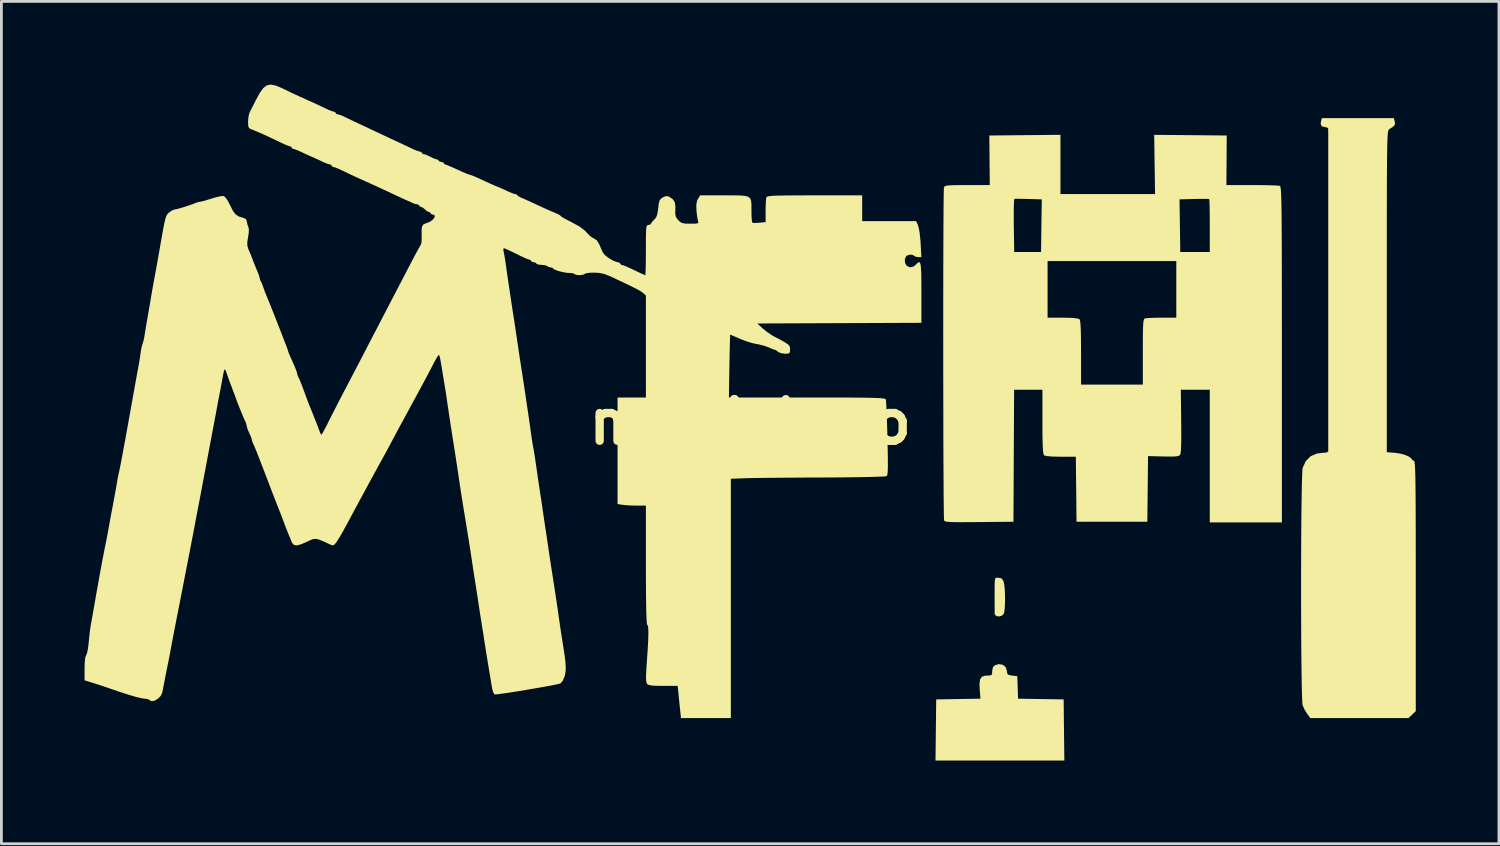
<source format=kicad_pcb>
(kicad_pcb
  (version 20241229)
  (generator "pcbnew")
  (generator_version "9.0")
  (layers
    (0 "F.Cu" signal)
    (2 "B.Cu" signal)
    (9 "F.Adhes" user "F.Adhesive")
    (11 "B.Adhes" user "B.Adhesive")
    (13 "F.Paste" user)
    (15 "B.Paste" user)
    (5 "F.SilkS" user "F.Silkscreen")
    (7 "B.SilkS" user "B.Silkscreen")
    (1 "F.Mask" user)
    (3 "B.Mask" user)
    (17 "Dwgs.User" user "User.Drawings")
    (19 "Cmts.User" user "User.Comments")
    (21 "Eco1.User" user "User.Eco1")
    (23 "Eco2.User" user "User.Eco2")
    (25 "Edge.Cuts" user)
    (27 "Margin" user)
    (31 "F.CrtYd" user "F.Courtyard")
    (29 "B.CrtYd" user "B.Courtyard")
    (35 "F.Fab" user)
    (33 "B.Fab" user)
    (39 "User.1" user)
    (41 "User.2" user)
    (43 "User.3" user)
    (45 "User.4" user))
  (footprint "mfmi_logo"
    (layer "F.Cu")
    (at 24.007 12.169)
    (property "Reference" "mfmi_logo" (at 0 0 0) (layer "F.SilkS") (effects (font (size 1.5 1.5) (thickness 0.3))))
    (attr board_only exclude_from_pos_files exclude_from_bom)
    (fp_poly (pts (xy 8.935 5.618) (xy 8.957 5.619) (xy 9.06 5.637) (xy 9.121 5.71) (xy 9.143 5.765) (xy 9.167 5.883) (xy 9.184 6.06) (xy 9.192 6.27) (xy 9.192 6.487) (xy 9.184 6.686) (xy 9.168 6.841) (xy 9.146 6.922) (xy 9.073 6.99) (xy 8.972 7.016) (xy 8.877 6.999) (xy 8.823 6.941) (xy 8.82 6.919) (xy 8.819 6.835) (xy 8.818 6.682) (xy 8.817 6.486) (xy 8.817 6.338) (xy 8.817 6.065) (xy 8.818 5.871) (xy 8.823 5.743) (xy 8.835 5.667) (xy 8.855 5.63) (xy 8.888 5.618)) (stroke (width 0) (type solid)) (fill yes) (layer "F.SilkS"))
    (fp_poly (pts (xy 9.118 8.761) (xy 9.22 8.851) (xy 9.262 8.991) (xy 9.262 8.991) (xy 9.273 9.079) (xy 9.322 9.123) (xy 9.434 9.146) (xy 9.45 9.148) (xy 9.635 9.171) (xy 9.649 9.576) (xy 9.662 9.981) (xy 10.485 9.994) (xy 11.307 10.007) (xy 11.319 11.11) (xy 11.332 12.212) (xy 9.008 12.212) (xy 6.685 12.212) (xy 6.697 11.11) (xy 6.71 10.007) (xy 7.508 9.994) (xy 8.306 9.981) (xy 8.28 9.666) (xy 8.271 9.436) (xy 8.294 9.283) (xy 8.355 9.193) (xy 8.462 9.153) (xy 8.546 9.148) (xy 8.664 9.143) (xy 8.716 9.112) (xy 8.729 9.031) (xy 8.73 8.987) (xy 8.754 8.847) (xy 8.82 8.778) (xy 8.977 8.733)) (stroke (width 0) (type solid)) (fill yes) (layer "F.SilkS"))
    (fp_poly (pts (xy 23.247 -10.835) (xy 23.259 -10.754) (xy 23.234 -10.693) (xy 23.157 -10.628) (xy 23.047 -10.559) (xy 23.035 -10.549) (xy 23.024 -10.53) (xy 23.014 -10.5) (xy 23.005 -10.451) (xy 22.997 -10.381) (xy 22.99 -10.283) (xy 22.984 -10.153) (xy 22.979 -9.986) (xy 22.975 -9.778) (xy 22.972 -9.523) (xy 22.969 -9.217) (xy 22.967 -8.854) (xy 22.965 -8.431) (xy 22.964 -7.942) (xy 22.963 -7.382) (xy 22.963 -6.747) (xy 22.962 -6.031) (xy 22.962 -5.23) (xy 22.962 -4.708) (xy 22.962 1.091) (xy 23.264 1.114) (xy 23.451 1.143) (xy 23.626 1.192) (xy 23.768 1.255) (xy 23.853 1.321) (xy 23.868 1.357) (xy 23.905 1.389) (xy 23.937 1.393) (xy 23.949 1.401) (xy 23.959 1.429) (xy 23.968 1.481) (xy 23.976 1.564) (xy 23.983 1.682) (xy 23.988 1.84) (xy 23.993 2.045) (xy 23.997 2.301) (xy 24 2.613) (xy 24.003 2.986) (xy 24.004 3.427) (xy 24.006 3.94) (xy 24.006 4.53) (xy 24.007 5.203) (xy 24.007 5.912) (xy 24.007 10.431) (xy 23.877 10.555) (xy 23.746 10.68) (xy 21.975 10.68) (xy 20.204 10.68) (xy 20.092 10.529) (xy 20.002 10.385) (xy 19.932 10.234) (xy 19.927 10.22) (xy 19.917 10.145) (xy 19.909 9.985) (xy 19.901 9.749) (xy 19.894 9.444) (xy 19.888 9.079) (xy 19.883 8.663) (xy 19.878 8.203) (xy 19.875 7.708) (xy 19.873 7.186) (xy 19.871 6.645) (xy 19.871 6.094) (xy 19.871 5.54) (xy 19.872 4.992) (xy 19.874 4.459) (xy 19.877 3.947) (xy 19.881 3.466) (xy 19.886 3.024) (xy 19.892 2.629) (xy 19.898 2.289) (xy 19.906 2.013) (xy 19.914 1.809) (xy 19.923 1.684) (xy 19.929 1.654) (xy 20.039 1.413) (xy 20.212 1.239) (xy 20.439 1.139) (xy 20.648 1.114) (xy 20.789 1.102) (xy 20.848 1.065) (xy 20.85 1.056) (xy 20.85 1.006) (xy 20.85 0.869) (xy 20.85 0.653) (xy 20.85 0.365) (xy 20.85 0.011) (xy 20.85 -0.402) (xy 20.85 -0.867) (xy 20.85 -1.376) (xy 20.85 -1.925) (xy 20.85 -2.504) (xy 20.85 -3.109) (xy 20.85 -3.731) (xy 20.85 -4.364) (xy 20.85 -5.002) (xy 20.85 -5.637) (xy 20.85 -6.262) (xy 20.85 -6.872) (xy 20.85 -7.458) (xy 20.85 -8.014) (xy 20.85 -8.534) (xy 20.85 -9.011) (xy 20.85 -9.437) (xy 20.85 -9.805) (xy 20.85 -10.11) (xy 20.85 -10.345) (xy 20.849 -10.501) (xy 20.849 -10.574) (xy 20.849 -10.576) (xy 20.81 -10.62) (xy 20.736 -10.634) (xy 20.621 -10.66) (xy 20.578 -10.742) (xy 20.59 -10.845) (xy 20.619 -10.959) (xy 21.917 -10.959) (xy 23.216 -10.959)) (stroke (width 0) (type solid)) (fill yes) (layer "F.SilkS"))
    (fp_poly (pts (xy 11.191 -9.288) (xy 11.191 -8.219) (xy 12.897 -8.219) (xy 14.604 -8.219) (xy 14.588 -9.288) (xy 14.573 -10.356) (xy 15.881 -10.344) (xy 17.189 -10.332) (xy 17.183 -9.438) (xy 17.177 -8.544) (xy 18.104 -8.544) (xy 18.392 -8.543) (xy 18.651 -8.539) (xy 18.866 -8.533) (xy 19.02 -8.526) (xy 19.1 -8.517) (xy 19.104 -8.516) (xy 19.115 -8.506) (xy 19.124 -8.48) (xy 19.133 -8.435) (xy 19.141 -8.365) (xy 19.147 -8.267) (xy 19.153 -8.134) (xy 19.158 -7.964) (xy 19.163 -7.751) (xy 19.166 -7.49) (xy 19.169 -7.176) (xy 19.172 -6.807) (xy 19.174 -6.375) (xy 19.175 -5.878) (xy 19.176 -5.31) (xy 19.177 -4.666) (xy 19.177 -3.943) (xy 19.178 -3.135) (xy 19.178 -2.433) (xy 19.178 3.622) (xy 17.878 3.622) (xy 16.577 3.622) (xy 16.577 1.231) (xy 16.577 -1.161) (xy 16.055 -1.161) (xy 15.533 -1.161) (xy 15.546 -0.018) (xy 15.549 0.372) (xy 15.548 0.676) (xy 15.543 0.904) (xy 15.533 1.061) (xy 15.518 1.156) (xy 15.503 1.192) (xy 15.459 1.221) (xy 15.376 1.24) (xy 15.238 1.248) (xy 15.03 1.248) (xy 14.898 1.245) (xy 14.35 1.231) (xy 14.338 2.415) (xy 14.325 3.599) (xy 13.048 3.599) (xy 11.771 3.599) (xy 11.759 2.426) (xy 11.746 1.254) (xy 11.199 1.254) (xy 10.912 1.249) (xy 10.715 1.233) (xy 10.609 1.207) (xy 10.596 1.198) (xy 10.577 1.148) (xy 10.563 1.038) (xy 10.552 0.859) (xy 10.545 0.606) (xy 10.541 0.272) (xy 10.541 -0.009) (xy 10.541 -1.161) (xy 10.03 -1.161) (xy 9.52 -1.161) (xy 9.508 1.219) (xy 9.496 3.599) (xy 8.259 3.611) (xy 7.883 3.614) (xy 7.59 3.615) (xy 7.368 3.613) (xy 7.21 3.608) (xy 7.103 3.599) (xy 7.038 3.585) (xy 7.005 3.567) (xy 6.995 3.553) (xy 6.991 3.496) (xy 6.987 3.354) (xy 6.984 3.132) (xy 6.98 2.838) (xy 6.977 2.478) (xy 6.975 2.059) (xy 6.972 1.587) (xy 6.97 1.07) (xy 6.968 0.514) (xy 6.967 -0.075) (xy 6.966 -0.688) (xy 6.965 -1.32) (xy 6.964 -1.964) (xy 6.964 -2.613) (xy 6.963 -3.261) (xy 6.964 -3.9) (xy 6.964 -4.524) (xy 6.965 -4.783) (xy 10.727 -4.783) (xy 10.727 -3.761) (xy 11.274 -3.761) (xy 11.563 -3.756) (xy 11.76 -3.74) (xy 11.865 -3.715) (xy 11.878 -3.706) (xy 11.897 -3.656) (xy 11.912 -3.545) (xy 11.923 -3.367) (xy 11.93 -3.114) (xy 11.933 -2.779) (xy 11.934 -2.498) (xy 11.934 -1.347) (xy 13.048 -1.347) (xy 14.163 -1.347) (xy 14.163 -2.526) (xy 14.163 -2.891) (xy 14.165 -3.175) (xy 14.17 -3.386) (xy 14.177 -3.536) (xy 14.188 -3.636) (xy 14.203 -3.695) (xy 14.223 -3.725) (xy 14.236 -3.733) (xy 14.31 -3.744) (xy 14.455 -3.753) (xy 14.649 -3.759) (xy 14.84 -3.761) (xy 15.37 -3.761) (xy 15.37 -4.783) (xy 15.37 -5.804) (xy 13.048 -5.804) (xy 10.727 -5.804) (xy 10.727 -4.783) (xy 6.965 -4.783) (xy 6.965 -5.126) (xy 6.966 -5.699) (xy 6.968 -6.237) (xy 6.97 -6.733) (xy 6.972 -7.18) (xy 6.974 -7.436) (xy 9.507 -7.436) (xy 9.508 -7.157) (xy 9.509 -7.081) (xy 9.523 -6.129) (xy 10.007 -6.129) (xy 10.491 -6.129) (xy 10.504 -7.079) (xy 10.518 -8.028) (xy 10.508 -8.028) (xy 15.486 -8.028) (xy 15.5 -7.079) (xy 15.513 -6.129) (xy 16.045 -6.129) (xy 16.577 -6.129) (xy 16.577 -7.074) (xy 16.576 -7.36) (xy 16.574 -7.613) (xy 16.57 -7.819) (xy 16.565 -7.964) (xy 16.56 -8.033) (xy 16.558 -8.037) (xy 16.507 -8.044) (xy 16.382 -8.047) (xy 16.203 -8.046) (xy 16.013 -8.042) (xy 15.486 -8.028) (xy 10.508 -8.028) (xy 10.041 -8.042) (xy 9.838 -8.047) (xy 9.672 -8.049) (xy 9.562 -8.048) (xy 9.53 -8.045) (xy 9.52 -7.997) (xy 9.513 -7.871) (xy 9.508 -7.679) (xy 9.507 -7.436) (xy 6.974 -7.436) (xy 6.974 -7.571) (xy 6.977 -7.9) (xy 6.98 -8.16) (xy 6.984 -8.344) (xy 6.988 -8.445) (xy 6.99 -8.463) (xy 7.009 -8.492) (xy 7.05 -8.514) (xy 7.125 -8.528) (xy 7.248 -8.537) (xy 7.432 -8.542) (xy 7.689 -8.544) (xy 7.832 -8.544) (xy 8.642 -8.544) (xy 8.634 -9.438) (xy 8.626 -10.332) (xy 9.908 -10.344) (xy 11.191 -10.356)) (stroke (width 0) (type solid)) (fill yes) (layer "F.SilkS"))
    (fp_poly (pts (xy -17.11 -12.133) (xy -16.885 -12.039) (xy -16.823 -12.009) (xy -16.631 -11.915) (xy -16.435 -11.822) (xy -16.287 -11.754) (xy -16.027 -11.637) (xy -15.833 -11.55) (xy -15.684 -11.483) (xy -15.563 -11.426) (xy -15.448 -11.371) (xy -15.352 -11.324) (xy -15.201 -11.255) (xy -15.079 -11.207) (xy -15.015 -11.191) (xy -14.958 -11.164) (xy -14.952 -11.144) (xy -14.915 -11.102) (xy -14.887 -11.098) (xy -14.806 -11.079) (xy -14.685 -11.03) (xy -14.643 -11.01) (xy -14.513 -10.948) (xy -14.335 -10.863) (xy -14.143 -10.772) (xy -14.116 -10.759) (xy -13.926 -10.67) (xy -13.687 -10.557) (xy -13.432 -10.438) (xy -13.257 -10.356) (xy -13.035 -10.251) (xy -12.821 -10.151) (xy -12.643 -10.068) (xy -12.537 -10.019) (xy -12.367 -9.939) (xy -12.196 -9.858) (xy -12.15 -9.837) (xy -12.023 -9.783) (xy -11.925 -9.753) (xy -11.906 -9.751) (xy -11.847 -9.725) (xy -11.841 -9.705) (xy -11.803 -9.664) (xy -11.773 -9.659) (xy -11.691 -9.637) (xy -11.572 -9.583) (xy -11.539 -9.566) (xy -11.417 -9.506) (xy -11.321 -9.474) (xy -11.306 -9.473) (xy -11.245 -9.447) (xy -11.237 -9.426) (xy -11.198 -9.389) (xy -11.144 -9.38) (xy -11.069 -9.36) (xy -11.052 -9.333) (xy -11.016 -9.289) (xy -11.004 -9.287) (xy -10.944 -9.268) (xy -10.821 -9.219) (xy -10.656 -9.146) (xy -10.558 -9.101) (xy -10.38 -9.02) (xy -10.232 -8.957) (xy -10.134 -8.921) (xy -10.11 -8.916) (xy -10.047 -8.897) (xy -9.924 -8.847) (xy -9.766 -8.776) (xy -9.732 -8.76) (xy -9.529 -8.666) (xy -9.317 -8.571) (xy -9.148 -8.499) (xy -8.97 -8.423) (xy -8.795 -8.345) (xy -8.714 -8.306) (xy -8.587 -8.252) (xy -8.489 -8.221) (xy -8.47 -8.219) (xy -8.411 -8.199) (xy -8.405 -8.184) (xy -8.366 -8.145) (xy -8.272 -8.095) (xy -8.254 -8.087) (xy -8.133 -8.035) (xy -7.966 -7.96) (xy -7.801 -7.884) (xy -7.467 -7.729) (xy -7.2 -7.61) (xy -6.987 -7.519) (xy -6.977 -7.515) (xy -6.877 -7.466) (xy -6.827 -7.427) (xy -6.826 -7.423) (xy -6.787 -7.391) (xy -6.682 -7.33) (xy -6.531 -7.25) (xy -6.432 -7.2) (xy -6.153 -7.047) (xy -5.958 -6.898) (xy -5.893 -6.828) (xy -5.785 -6.715) (xy -5.677 -6.637) (xy -5.636 -6.62) (xy -5.527 -6.547) (xy -5.448 -6.418) (xy -5.383 -6.268) (xy -5.323 -6.129) (xy -5.316 -6.115) (xy -5.243 -6.022) (xy -5.114 -5.92) (xy -4.963 -5.829) (xy -4.821 -5.77) (xy -4.752 -5.758) (xy -4.695 -5.73) (xy -4.69 -5.712) (xy -4.653 -5.668) (xy -4.632 -5.665) (xy -4.566 -5.646) (xy -4.44 -5.594) (xy -4.275 -5.52) (xy -4.191 -5.479) (xy -4.02 -5.398) (xy -3.883 -5.334) (xy -3.8 -5.299) (xy -3.784 -5.294) (xy -3.777 -5.338) (xy -3.771 -5.461) (xy -3.766 -5.648) (xy -3.763 -5.886) (xy -3.761 -6.161) (xy -3.761 -6.199) (xy -3.761 -6.51) (xy -3.759 -6.74) (xy -3.754 -6.902) (xy -3.745 -7.007) (xy -3.731 -7.068) (xy -3.71 -7.096) (xy -3.682 -7.104) (xy -3.668 -7.105) (xy -3.593 -7.124) (xy -3.576 -7.151) (xy -3.543 -7.212) (xy -3.466 -7.293) (xy -3.462 -7.297) (xy -3.394 -7.374) (xy -3.352 -7.479) (xy -3.324 -7.641) (xy -3.317 -7.708) (xy -3.296 -7.879) (xy -3.268 -7.984) (xy -3.222 -8.05) (xy -3.153 -8.098) (xy -3.034 -8.148) (xy -2.94 -8.133) (xy -2.93 -8.129) (xy -2.794 -8.038) (xy -2.721 -7.93) (xy -2.697 -7.777) (xy -2.7 -7.666) (xy -2.702 -7.506) (xy -2.681 -7.401) (xy -2.626 -7.315) (xy -2.594 -7.279) (xy -2.519 -7.209) (xy -2.439 -7.171) (xy -2.324 -7.154) (xy -2.16 -7.151) (xy -1.995 -7.153) (xy -1.904 -7.162) (xy -1.87 -7.186) (xy -1.874 -7.231) (xy -1.882 -7.255) (xy -1.904 -7.358) (xy -1.926 -7.514) (xy -1.938 -7.646) (xy -1.942 -7.838) (xy -1.919 -7.97) (xy -1.879 -8.052) (xy -1.8 -8.173) (xy -0.925 -8.173) (xy -0.601 -8.173) (xy -0.358 -8.169) (xy -0.185 -8.155) (xy -0.07 -8.122) (xy -0.001 -8.065) (xy 0.034 -7.977) (xy 0.046 -7.85) (xy 0.047 -7.677) (xy 0.046 -7.598) (xy 0.05 -7.417) (xy 0.06 -7.275) (xy 0.075 -7.194) (xy 0.081 -7.185) (xy 0.145 -7.178) (xy 0.266 -7.181) (xy 0.337 -7.187) (xy 0.557 -7.207) (xy 0.557 -7.616) (xy 0.56 -7.81) (xy 0.568 -7.973) (xy 0.58 -8.079) (xy 0.585 -8.099) (xy 0.601 -8.118) (xy 0.637 -8.134) (xy 0.703 -8.146) (xy 0.808 -8.156) (xy 0.959 -8.163) (xy 1.166 -8.167) (xy 1.438 -8.17) (xy 1.783 -8.172) (xy 2.21 -8.173) (xy 2.327 -8.173) (xy 4.04 -8.173) (xy 4.04 -7.708) (xy 4.04 -7.244) (xy 5.013 -7.244) (xy 5.986 -7.244) (xy 6.053 -7.093) (xy 6.084 -6.982) (xy 6.114 -6.806) (xy 6.137 -6.591) (xy 6.148 -6.443) (xy 6.175 -5.944) (xy 6.062 -5.944) (xy 5.964 -5.961) (xy 5.92 -5.99) (xy 5.85 -6.03) (xy 5.742 -6.031) (xy 5.644 -5.994) (xy 5.628 -5.981) (xy 5.579 -5.875) (xy 5.584 -5.744) (xy 5.639 -5.639) (xy 5.756 -5.577) (xy 5.884 -5.6) (xy 5.967 -5.665) (xy 6.029 -5.729) (xy 6.078 -5.762) (xy 6.115 -5.755) (xy 6.141 -5.699) (xy 6.158 -5.588) (xy 6.169 -5.411) (xy 6.174 -5.162) (xy 6.176 -4.831) (xy 6.176 -4.667) (xy 6.176 -3.576) (xy 3.217 -3.564) (xy 0.258 -3.552) (xy 0.446 -3.378) (xy 0.6 -3.252) (xy 0.771 -3.135) (xy 0.839 -3.096) (xy 1.072 -2.973) (xy 1.236 -2.882) (xy 1.342 -2.815) (xy 1.402 -2.761) (xy 1.431 -2.71) (xy 1.439 -2.652) (xy 1.439 -2.615) (xy 1.433 -2.516) (xy 1.396 -2.472) (xy 1.301 -2.461) (xy 1.257 -2.461) (xy 1.121 -2.478) (xy 1.018 -2.52) (xy 1.005 -2.531) (xy 0.931 -2.588) (xy 0.894 -2.6) (xy 0.83 -2.619) (xy 0.718 -2.666) (xy 0.67 -2.688) (xy 0.511 -2.747) (xy 0.321 -2.795) (xy 0.24 -2.809) (xy 0.075 -2.845) (xy -0.132 -2.908) (xy -0.339 -2.987) (xy -0.363 -2.997) (xy -0.72 -3.153) (xy -0.731 -2.865) (xy -0.735 -2.723) (xy -0.74 -2.509) (xy -0.745 -2.247) (xy -0.75 -1.958) (xy -0.754 -1.73) (xy -0.766 -0.882) (xy 2.05 -0.882) (xy 2.638 -0.882) (xy 3.139 -0.881) (xy 3.562 -0.88) (xy 3.911 -0.877) (xy 4.195 -0.874) (xy 4.419 -0.869) (xy 4.59 -0.863) (xy 4.716 -0.856) (xy 4.802 -0.847) (xy 4.856 -0.836) (xy 4.885 -0.823) (xy 4.893 -0.812) (xy 4.901 -0.749) (xy 4.91 -0.606) (xy 4.92 -0.394) (xy 4.93 -0.127) (xy 4.941 0.182) (xy 4.95 0.523) (xy 4.951 0.585) (xy 4.96 0.98) (xy 4.966 1.291) (xy 4.967 1.529) (xy 4.965 1.703) (xy 4.958 1.824) (xy 4.947 1.9) (xy 4.931 1.942) (xy 4.918 1.954) (xy 4.859 1.963) (xy 4.717 1.971) (xy 4.499 1.979) (xy 4.215 1.986) (xy 3.873 1.992) (xy 3.482 1.998) (xy 3.052 2.001) (xy 2.591 2.004) (xy 2.577 2.004) (xy 2.106 2.005) (xy 1.647 2.008) (xy 1.211 2.011) (xy 0.811 2.014) (xy 0.457 2.018) (xy 0.163 2.022) (xy -0.062 2.026) (xy -0.197 2.03) (xy -0.697 2.049) (xy -0.697 6.365) (xy -0.697 10.68) (xy -1.596 10.68) (xy -2.495 10.68) (xy -2.526 10.39) (xy -2.549 10.169) (xy -2.573 9.928) (xy -2.585 9.809) (xy -2.613 9.519) (xy -3.135 9.519) (xy -3.375 9.517) (xy -3.539 9.508) (xy -3.642 9.49) (xy -3.702 9.462) (xy -3.718 9.446) (xy -3.74 9.402) (xy -3.752 9.326) (xy -3.756 9.205) (xy -3.75 9.025) (xy -3.735 8.773) (xy -3.723 8.599) (xy -3.696 8.203) (xy -3.679 7.892) (xy -3.671 7.657) (xy -3.673 7.489) (xy -3.684 7.381) (xy -3.704 7.324) (xy -3.715 7.314) (xy -3.727 7.26) (xy -3.737 7.116) (xy -3.746 6.884) (xy -3.752 6.568) (xy -3.757 6.169) (xy -3.76 5.691) (xy -3.761 5.152) (xy -3.761 3.018) (xy -4.098 3.018) (xy -4.295 3.013) (xy -4.481 3.003) (xy -4.609 2.988) (xy -4.783 2.96) (xy -4.783 1.039) (xy -4.783 -0.882) (xy -4.272 -0.882) (xy -3.761 -0.882) (xy -3.761 -2.723) (xy -3.761 -4.563) (xy -3.866 -4.655) (xy -3.918 -4.695) (xy -3.997 -4.743) (xy -4.113 -4.806) (xy -4.276 -4.888) (xy -4.496 -4.994) (xy -4.782 -5.129) (xy -5.047 -5.253) (xy -5.261 -5.338) (xy -5.458 -5.378) (xy -5.636 -5.386) (xy -5.796 -5.38) (xy -5.915 -5.362) (xy -5.967 -5.34) (xy -6.031 -5.308) (xy -6.141 -5.295) (xy -6.255 -5.302) (xy -6.33 -5.329) (xy -6.336 -5.335) (xy -6.395 -5.363) (xy -6.505 -5.373) (xy -6.512 -5.373) (xy -6.635 -5.382) (xy -6.784 -5.41) (xy -6.93 -5.449) (xy -7.045 -5.491) (xy -7.103 -5.529) (xy -7.105 -5.536) (xy -7.143 -5.566) (xy -7.195 -5.572) (xy -7.284 -5.594) (xy -7.314 -5.619) (xy -7.374 -5.648) (xy -7.49 -5.664) (xy -7.525 -5.665) (xy -7.641 -5.676) (xy -7.704 -5.702) (xy -7.708 -5.712) (xy -7.747 -5.749) (xy -7.801 -5.758) (xy -7.877 -5.777) (xy -7.894 -5.804) (xy -7.931 -5.847) (xy -7.954 -5.851) (xy -8.019 -5.871) (xy -8.146 -5.924) (xy -8.313 -6.002) (xy -8.43 -6.06) (xy -8.61 -6.148) (xy -8.759 -6.218) (xy -8.858 -6.26) (xy -8.886 -6.269) (xy -8.904 -6.23) (xy -8.892 -6.141) (xy -8.869 -6.03) (xy -8.84 -5.863) (xy -8.814 -5.688) (xy -8.784 -5.469) (xy -8.751 -5.237) (xy -8.728 -5.085) (xy -8.698 -4.883) (xy -8.663 -4.649) (xy -8.638 -4.481) (xy -8.604 -4.256) (xy -8.567 -4.012) (xy -8.542 -3.854) (xy -8.509 -3.638) (xy -8.471 -3.393) (xy -8.447 -3.227) (xy -8.414 -3.008) (xy -8.38 -2.776) (xy -8.357 -2.624) (xy -8.327 -2.419) (xy -8.291 -2.184) (xy -8.268 -2.032) (xy -8.233 -1.81) (xy -8.196 -1.572) (xy -8.174 -1.428) (xy -8.143 -1.225) (xy -8.107 -0.987) (xy -8.078 -0.789) (xy -8.046 -0.568) (xy -8.011 -0.336) (xy -7.985 -0.163) (xy -7.957 0.033) (xy -7.924 0.267) (xy -7.896 0.464) (xy -7.87 0.65) (xy -7.844 0.811) (xy -7.825 0.915) (xy -7.824 0.92) (xy -7.808 1.005) (xy -7.782 1.16) (xy -7.75 1.367) (xy -7.715 1.605) (xy -7.707 1.663) (xy -7.669 1.928) (xy -7.631 2.19) (xy -7.596 2.42) (xy -7.57 2.59) (xy -7.569 2.6) (xy -7.535 2.817) (xy -7.499 3.062) (xy -7.475 3.227) (xy -7.443 3.446) (xy -7.409 3.679) (xy -7.386 3.831) (xy -7.356 4.026) (xy -7.321 4.26) (xy -7.292 4.458) (xy -7.255 4.711) (xy -7.214 4.982) (xy -7.166 5.294) (xy -7.107 5.672) (xy -7.103 5.7) (xy -7.07 5.912) (xy -7.033 6.152) (xy -7.01 6.304) (xy -6.976 6.528) (xy -6.939 6.778) (xy -6.916 6.942) (xy -6.84 7.471) (xy -6.744 8.086) (xy -6.734 8.149) (xy -6.687 8.456) (xy -6.66 8.69) (xy -6.65 8.87) (xy -6.659 9.015) (xy -6.683 9.142) (xy -6.692 9.174) (xy -6.756 9.329) (xy -6.832 9.422) (xy -6.849 9.432) (xy -6.926 9.453) (xy -7.076 9.485) (xy -7.283 9.525) (xy -7.533 9.57) (xy -7.81 9.618) (xy -8.098 9.667) (xy -8.383 9.714) (xy -8.649 9.756) (xy -8.881 9.79) (xy -9.063 9.815) (xy -9.181 9.828) (xy -9.218 9.827) (xy -9.259 9.772) (xy -9.297 9.658) (xy -9.307 9.604) (xy -9.337 9.429) (xy -9.37 9.232) (xy -9.38 9.171) (xy -9.437 8.833) (xy -9.48 8.569) (xy -9.514 8.363) (xy -9.54 8.197) (xy -9.562 8.054) (xy -9.566 8.033) (xy -9.595 7.841) (xy -9.63 7.617) (xy -9.653 7.476) (xy -9.688 7.256) (xy -9.727 7.011) (xy -9.75 6.861) (xy -9.798 6.544) (xy -9.835 6.302) (xy -9.864 6.117) (xy -9.886 5.973) (xy -9.905 5.853) (xy -9.923 5.739) (xy -9.931 5.688) (xy -9.957 5.522) (xy -9.992 5.298) (xy -10.029 5.051) (xy -10.052 4.899) (xy -10.086 4.675) (xy -10.131 4.389) (xy -10.182 4.068) (xy -10.235 3.743) (xy -10.266 3.552) (xy -10.331 3.157) (xy -10.384 2.827) (xy -10.431 2.533) (xy -10.474 2.249) (xy -10.519 1.947) (xy -10.546 1.765) (xy -10.64 1.143) (xy -10.731 0.569) (xy -10.795 0.163) (xy -10.849 -0.193) (xy -10.901 -0.541) (xy -10.91 -0.604) (xy -10.942 -0.825) (xy -10.977 -1.057) (xy -11.005 -1.231) (xy -11.04 -1.446) (xy -11.079 -1.681) (xy -11.096 -1.788) (xy -11.138 -2.039) (xy -11.168 -2.213) (xy -11.19 -2.323) (xy -11.206 -2.384) (xy -11.22 -2.41) (xy -11.232 -2.415) (xy -11.266 -2.376) (xy -11.329 -2.274) (xy -11.409 -2.128) (xy -11.435 -2.078) (xy -11.537 -1.88) (xy -11.663 -1.641) (xy -11.79 -1.404) (xy -11.833 -1.323) (xy -11.955 -1.099) (xy -12.084 -0.86) (xy -12.199 -0.647) (xy -12.235 -0.58) (xy -12.342 -0.382) (xy -12.454 -0.176) (xy -12.545 -0.01) (xy -12.632 0.148) (xy -12.741 0.351) (xy -12.853 0.562) (xy -12.882 0.617) (xy -12.997 0.833) (xy -13.135 1.088) (xy -13.272 1.34) (xy -13.327 1.439) (xy -13.45 1.662) (xy -13.576 1.893) (xy -13.688 2.098) (xy -13.734 2.182) (xy -13.841 2.38) (xy -13.955 2.59) (xy -14.036 2.74) (xy -14.131 2.915) (xy -14.244 3.126) (xy -14.348 3.32) (xy -14.538 3.675) (xy -14.691 3.953) (xy -14.811 4.16) (xy -14.9 4.302) (xy -14.934 4.35) (xy -15 4.43) (xy -15.058 4.451) (xy -15.147 4.421) (xy -15.188 4.402) (xy -15.397 4.305) (xy -15.545 4.244) (xy -15.654 4.217) (xy -15.746 4.221) (xy -15.846 4.255) (xy -15.974 4.315) (xy -15.984 4.32) (xy -16.198 4.413) (xy -16.35 4.453) (xy -16.453 4.437) (xy -16.518 4.368) (xy -16.535 4.331) (xy -16.591 4.191) (xy -16.645 4.064) (xy -16.694 3.943) (xy -16.759 3.777) (xy -16.809 3.645) (xy -16.881 3.45) (xy -16.94 3.297) (xy -17.003 3.14) (xy -17.038 3.053) (xy -17.067 2.98) (xy -17.123 2.834) (xy -17.202 2.631) (xy -17.297 2.384) (xy -17.402 2.108) (xy -17.436 2.02) (xy -17.567 1.677) (xy -17.67 1.41) (xy -17.749 1.208) (xy -17.808 1.058) (xy -17.852 0.95) (xy -17.885 0.872) (xy -17.912 0.814) (xy -17.929 0.778) (xy -17.964 0.686) (xy -17.97 0.648) (xy -17.989 0.58) (xy -18.037 0.463) (xy -18.063 0.407) (xy -18.12 0.278) (xy -18.153 0.178) (xy -18.156 0.153) (xy -18.176 0.061) (xy -18.197 0.011) (xy -18.245 -0.093) (xy -18.29 -0.197) (xy -18.35 -0.343) (xy -18.395 -0.453) (xy -18.442 -0.57) (xy -18.488 -0.687) (xy -18.542 -0.832) (xy -18.617 -1.035) (xy -18.62 -1.045) (xy -18.68 -1.207) (xy -18.732 -1.345) (xy -18.76 -1.416) (xy -18.802 -1.529) (xy -18.844 -1.648) (xy -18.901 -1.815) (xy -18.94 -1.893) (xy -18.967 -1.883) (xy -18.993 -1.785) (xy -19.019 -1.648) (xy -19.057 -1.436) (xy -19.099 -1.215) (xy -19.127 -1.068) (xy -19.166 -0.869) (xy -19.208 -0.645) (xy -19.228 -0.534) (xy -19.264 -0.339) (xy -19.301 -0.143) (xy -19.319 -0.046) (xy -19.351 0.121) (xy -19.39 0.323) (xy -19.412 0.441) (xy -19.45 0.643) (xy -19.489 0.851) (xy -19.508 0.952) (xy -19.546 1.15) (xy -19.585 1.36) (xy -19.596 1.416) (xy -19.633 1.614) (xy -19.672 1.825) (xy -19.683 1.881) (xy -19.718 2.064) (xy -19.758 2.277) (xy -19.779 2.391) (xy -19.816 2.586) (xy -19.853 2.782) (xy -19.871 2.879) (xy -19.942 3.248) (xy -19.997 3.538) (xy -20.039 3.761) (xy -20.057 3.854) (xy -20.083 3.991) (xy -20.125 4.208) (xy -20.18 4.493) (xy -20.246 4.835) (xy -20.322 5.223) (xy -20.404 5.644) (xy -20.49 6.088) (xy -20.579 6.543) (xy -20.644 6.872) (xy -20.706 7.191) (xy -20.766 7.496) (xy -20.818 7.771) (xy -20.861 7.996) (xy -20.891 8.155) (xy -20.899 8.196) (xy -20.933 8.385) (xy -20.969 8.569) (xy -20.988 8.66) (xy -21.02 8.818) (xy -21.058 9.009) (xy -21.076 9.101) (xy -21.127 9.364) (xy -21.175 9.609) (xy -21.206 9.764) (xy -21.258 9.878) (xy -21.353 9.977) (xy -21.467 10.047) (xy -21.575 10.073) (xy -21.653 10.042) (xy -21.662 10.03) (xy -21.725 9.995) (xy -21.814 9.984) (xy -21.946 9.966) (xy -22.153 9.917) (xy -22.426 9.837) (xy -22.755 9.731) (xy -22.985 9.651) (xy -23.213 9.573) (xy -23.455 9.492) (xy -23.665 9.425) (xy -23.694 9.416) (xy -24.007 9.319) (xy -24.007 8.894) (xy -24 8.647) (xy -23.979 8.484) (xy -23.949 8.412) (xy -23.919 8.341) (xy -23.889 8.203) (xy -23.865 8.023) (xy -23.858 7.95) (xy -23.836 7.725) (xy -23.809 7.5) (xy -23.781 7.316) (xy -23.777 7.29) (xy -23.74 7.091) (xy -23.7 6.867) (xy -23.68 6.756) (xy -23.628 6.456) (xy -23.588 6.222) (xy -23.554 6.032) (xy -23.523 5.861) (xy -23.496 5.712) (xy -23.461 5.513) (xy -23.425 5.316) (xy -23.404 5.201) (xy -23.376 5.052) (xy -23.341 4.868) (xy -23.294 4.63) (xy -23.233 4.323) (xy -23.213 4.226) (xy -23.18 4.052) (xy -23.143 3.85) (xy -23.127 3.761) (xy -23.099 3.606) (xy -23.06 3.393) (xy -23.014 3.153) (xy -22.984 2.995) (xy -22.939 2.753) (xy -22.895 2.511) (xy -22.859 2.305) (xy -22.842 2.206) (xy -22.815 2.045) (xy -22.79 1.915) (xy -22.776 1.857) (xy -22.755 1.768) (xy -22.718 1.589) (xy -22.667 1.322) (xy -22.601 0.968) (xy -22.52 0.529) (xy -22.426 0.005) (xy -22.379 -0.255) (xy -22.336 -0.495) (xy -22.295 -0.723) (xy -22.262 -0.911) (xy -22.242 -1.022) (xy -22.212 -1.184) (xy -22.176 -1.386) (xy -22.15 -1.532) (xy -22.113 -1.736) (xy -22.075 -1.945) (xy -22.053 -2.066) (xy -22.02 -2.256) (xy -21.991 -2.452) (xy -21.984 -2.507) (xy -21.958 -2.658) (xy -21.927 -2.782) (xy -21.917 -2.809) (xy -21.882 -2.92) (xy -21.853 -3.06) (xy -21.852 -3.065) (xy -21.825 -3.238) (xy -21.783 -3.492) (xy -21.728 -3.813) (xy -21.68 -4.086) (xy -21.644 -4.293) (xy -21.607 -4.516) (xy -21.593 -4.597) (xy -21.559 -4.796) (xy -21.519 -5.019) (xy -21.498 -5.131) (xy -21.473 -5.264) (xy -21.45 -5.39) (xy -21.425 -5.526) (xy -21.396 -5.686) (xy -21.361 -5.885) (xy -21.316 -6.139) (xy -21.259 -6.462) (xy -21.228 -6.64) (xy -21.176 -6.934) (xy -21.134 -7.15) (xy -21.099 -7.303) (xy -21.066 -7.408) (xy -21.032 -7.477) (xy -20.991 -7.527) (xy -20.956 -7.557) (xy -20.852 -7.627) (xy -20.769 -7.661) (xy -20.763 -7.662) (xy -20.685 -7.676) (xy -20.549 -7.713) (xy -20.383 -7.763) (xy -20.216 -7.818) (xy -20.076 -7.868) (xy -20.003 -7.899) (xy -19.896 -7.935) (xy -19.848 -7.94) (xy -19.771 -7.955) (xy -19.633 -7.992) (xy -19.462 -8.046) (xy -19.424 -8.058) (xy -19.247 -8.11) (xy -19.095 -8.143) (xy -18.996 -8.149) (xy -18.985 -8.147) (xy -18.917 -8.089) (xy -18.832 -7.962) (xy -18.75 -7.801) (xy -18.653 -7.609) (xy -18.559 -7.487) (xy -18.446 -7.412) (xy -18.293 -7.365) (xy -18.284 -7.363) (xy -18.182 -7.314) (xy -18.156 -7.24) (xy -18.134 -7.12) (xy -18.105 -7.05) (xy -18.08 -6.955) (xy -18.086 -6.81) (xy -18.109 -6.666) (xy -18.137 -6.496) (xy -18.138 -6.375) (xy -18.111 -6.266) (xy -18.073 -6.172) (xy -18.003 -6.008) (xy -17.939 -5.846) (xy -17.924 -5.804) (xy -17.867 -5.655) (xy -17.797 -5.486) (xy -17.779 -5.445) (xy -17.726 -5.314) (xy -17.695 -5.212) (xy -17.692 -5.187) (xy -17.666 -5.098) (xy -17.655 -5.082) (xy -17.618 -5.013) (xy -17.572 -4.893) (xy -17.558 -4.852) (xy -17.503 -4.694) (xy -17.444 -4.546) (xy -17.436 -4.527) (xy -17.395 -4.432) (xy -17.331 -4.274) (xy -17.249 -4.07) (xy -17.156 -3.835) (xy -17.057 -3.583) (xy -16.958 -3.33) (xy -16.865 -3.09) (xy -16.784 -2.88) (xy -16.72 -2.713) (xy -16.681 -2.606) (xy -16.67 -2.572) (xy -16.665 -2.546) (xy -16.644 -2.491) (xy -16.603 -2.393) (xy -16.535 -2.238) (xy -16.443 -2.032) (xy -16.387 -1.898) (xy -16.352 -1.796) (xy -16.345 -1.764) (xy -16.326 -1.686) (xy -16.304 -1.636) (xy -16.253 -1.527) (xy -16.191 -1.377) (xy -16.111 -1.167) (xy -16.067 -1.045) (xy -15.991 -0.84) (xy -15.937 -0.695) (xy -15.893 -0.583) (xy -15.849 -0.476) (xy -15.834 -0.441) (xy -15.781 -0.311) (xy -15.741 -0.209) (xy -15.696 -0.092) (xy -15.658 0) (xy -15.609 0.124) (xy -15.556 0.272) (xy -15.549 0.29) (xy -15.507 0.399) (xy -15.472 0.458) (xy -15.465 0.462) (xy -15.436 0.422) (xy -15.375 0.314) (xy -15.291 0.156) (xy -15.193 -0.037) (xy -15.193 -0.038) (xy -15.062 -0.297) (xy -14.914 -0.588) (xy -14.772 -0.864) (xy -14.702 -0.998) (xy -14.599 -1.195) (xy -14.508 -1.368) (xy -14.44 -1.497) (xy -14.41 -1.556) (xy -14.351 -1.67) (xy -14.301 -1.765) (xy -14.28 -1.804) (xy -14.253 -1.856) (xy -14.215 -1.928) (xy -14.162 -2.029) (xy -14.091 -2.167) (xy -13.995 -2.351) (xy -13.872 -2.588) (xy -13.717 -2.888) (xy -13.525 -3.258) (xy -13.432 -3.436) (xy -13.287 -3.716) (xy -13.134 -4.01) (xy -12.989 -4.289) (xy -12.865 -4.527) (xy -12.816 -4.62) (xy -12.701 -4.841) (xy -12.56 -5.112) (xy -12.41 -5.401) (xy -12.267 -5.676) (xy -12.248 -5.712) (xy -12.132 -5.934) (xy -12.028 -6.129) (xy -11.944 -6.281) (xy -11.891 -6.374) (xy -11.879 -6.393) (xy -11.857 -6.466) (xy -11.847 -6.6) (xy -11.848 -6.742) (xy -11.851 -6.933) (xy -11.834 -7.053) (xy -11.789 -7.122) (xy -11.706 -7.162) (xy -11.667 -7.173) (xy -11.547 -7.222) (xy -11.45 -7.293) (xy -11.387 -7.371) (xy -11.371 -7.437) (xy -11.416 -7.473) (xy -11.446 -7.476) (xy -11.508 -7.501) (xy -11.516 -7.522) (xy -11.553 -7.565) (xy -11.578 -7.569) (xy -11.654 -7.601) (xy -11.725 -7.662) (xy -11.809 -7.732) (xy -11.871 -7.755) (xy -11.928 -7.782) (xy -11.934 -7.801) (xy -11.971 -7.842) (xy -12.004 -7.848) (xy -12.105 -7.868) (xy -12.155 -7.889) (xy -12.261 -7.939) (xy -12.352 -7.978) (xy -12.44 -8.017) (xy -12.589 -8.086) (xy -12.779 -8.173) (xy -12.955 -8.256) (xy -13.177 -8.36) (xy -13.394 -8.461) (xy -13.578 -8.545) (xy -13.675 -8.589) (xy -14.102 -8.781) (xy -14.462 -8.948) (xy -14.692 -9.06) (xy -14.842 -9.129) (xy -14.965 -9.178) (xy -15.028 -9.194) (xy -15.086 -9.221) (xy -15.091 -9.241) (xy -15.129 -9.283) (xy -15.157 -9.287) (xy -15.237 -9.307) (xy -15.359 -9.356) (xy -15.4 -9.376) (xy -15.568 -9.455) (xy -15.744 -9.534) (xy -15.765 -9.543) (xy -15.921 -9.612) (xy -16.102 -9.695) (xy -16.18 -9.733) (xy -16.319 -9.795) (xy -16.429 -9.836) (xy -16.47 -9.844) (xy -16.526 -9.873) (xy -16.531 -9.891) (xy -16.567 -9.934) (xy -16.586 -9.937) (xy -16.652 -9.956) (xy -16.777 -10.007) (xy -16.935 -10.079) (xy -16.969 -10.096) (xy -17.252 -10.231) (xy -17.514 -10.353) (xy -17.74 -10.453) (xy -17.912 -10.526) (xy -18.005 -10.561) (xy -18.068 -10.593) (xy -18.1 -10.658) (xy -18.109 -10.78) (xy -18.11 -10.827) (xy -18.097 -10.992) (xy -18.064 -11.138) (xy -18.045 -11.184) (xy -17.991 -11.288) (xy -17.913 -11.441) (xy -17.828 -11.609) (xy -17.688 -11.867) (xy -17.562 -12.042) (xy -17.433 -12.141) (xy -17.288 -12.169)) (stroke (width 0) (type solid)) (fill yes) (layer "F.SilkS")))
  (gr_rect
    (start -3 -3)
    (end 51.014 27.382)
    (stroke (width 0.1) (type default))
    (fill no)
    (layer "Edge.Cuts")))
</source>
